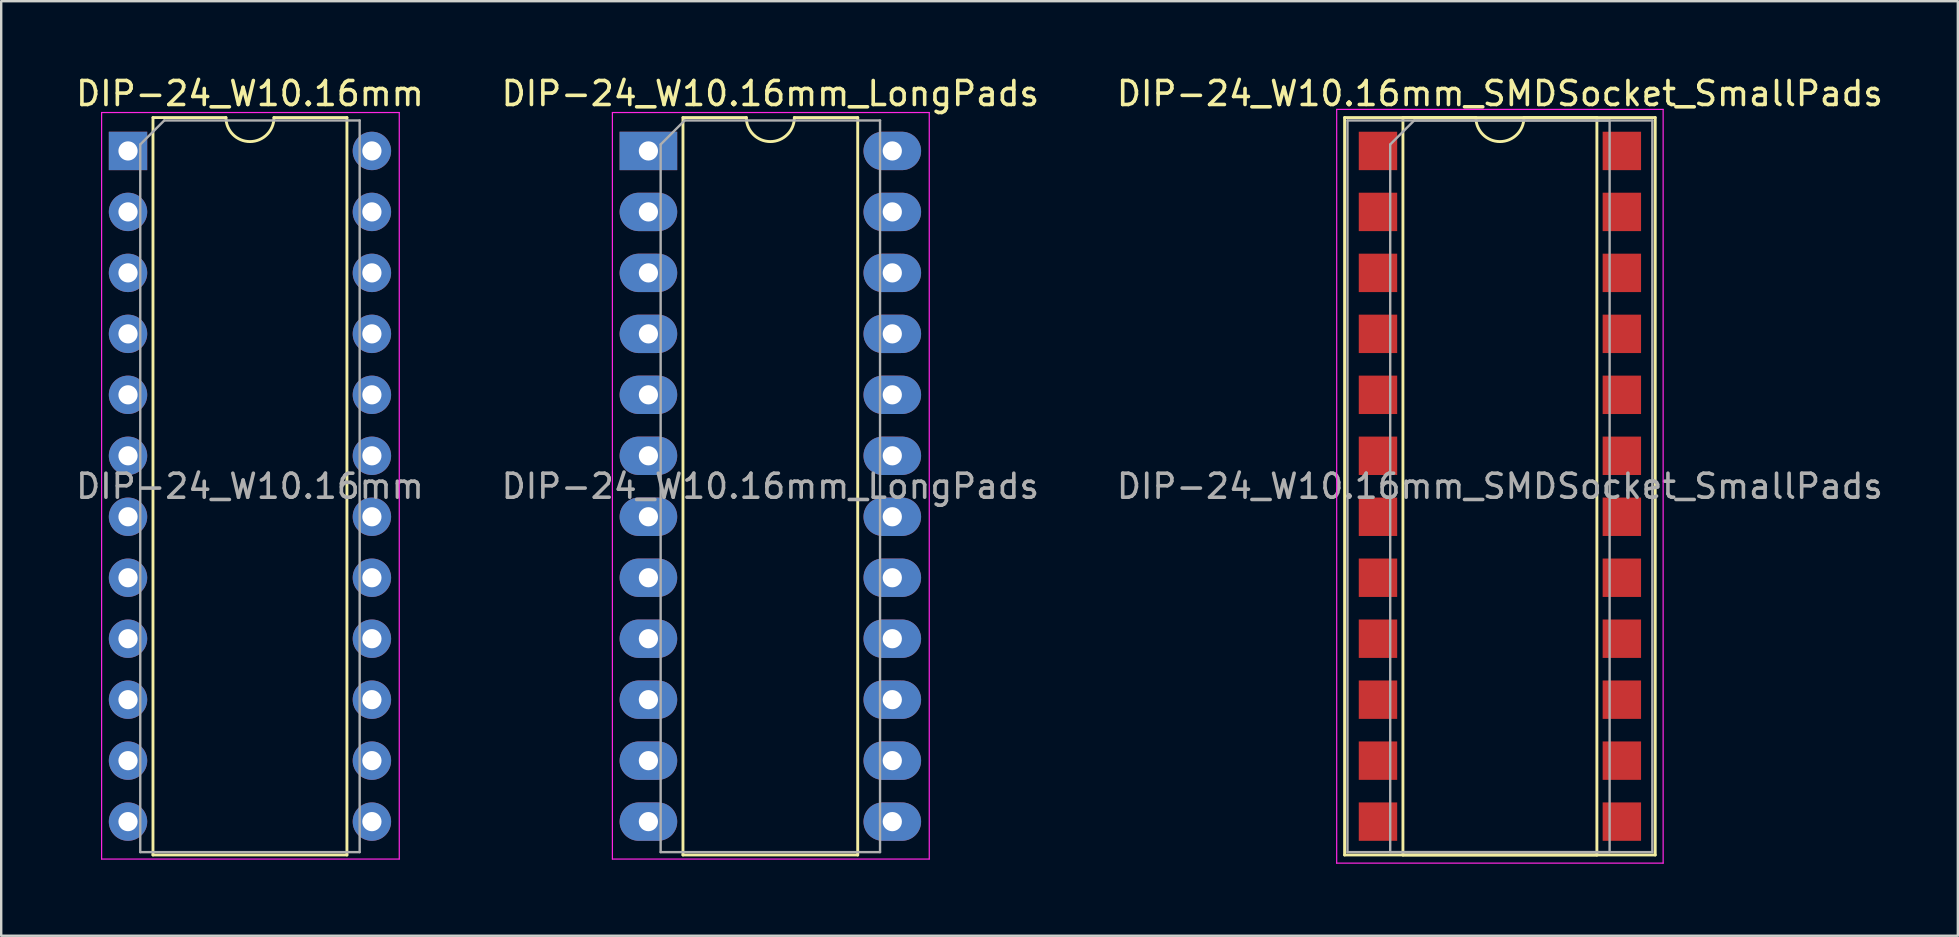
<source format=kicad_pcb>
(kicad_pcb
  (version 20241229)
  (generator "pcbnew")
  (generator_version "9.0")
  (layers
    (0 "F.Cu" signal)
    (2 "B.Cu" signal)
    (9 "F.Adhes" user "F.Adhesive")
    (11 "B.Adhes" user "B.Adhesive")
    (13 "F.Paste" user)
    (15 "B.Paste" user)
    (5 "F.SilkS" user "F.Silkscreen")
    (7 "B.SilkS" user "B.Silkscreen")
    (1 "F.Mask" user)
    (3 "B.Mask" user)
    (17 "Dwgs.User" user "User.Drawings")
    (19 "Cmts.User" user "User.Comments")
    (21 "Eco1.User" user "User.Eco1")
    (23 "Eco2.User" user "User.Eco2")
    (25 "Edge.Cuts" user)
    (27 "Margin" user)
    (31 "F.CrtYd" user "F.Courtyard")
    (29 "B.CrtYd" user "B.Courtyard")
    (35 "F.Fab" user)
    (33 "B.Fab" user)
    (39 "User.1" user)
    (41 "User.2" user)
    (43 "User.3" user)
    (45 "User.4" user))
  (footprint "DIP-24_W10.16mm_SMDSocket_SmallPads"
    (layer "F.Cu")
    (at 59.435 17.208)
    (property "Reference" "DIP-24_W10.16mm_SMDSocket_SmallPads" (at 0 -16.36 0) (layer "F.SilkS") (effects (font (size 1 1) (thickness 0.15))))
    (attr smd)
    (fp_line (start -6.47 -15.36) (end -6.47 15.36) (stroke (width 0.12) (type solid)) (layer "F.SilkS"))
    (fp_line (start -6.47 15.36) (end 6.47 15.36) (stroke (width 0.12) (type solid)) (layer "F.SilkS"))
    (fp_line (start -4.04 -15.36) (end -4.04 15.36) (stroke (width 0.12) (type solid)) (layer "F.SilkS"))
    (fp_line (start -4.04 15.36) (end 4.04 15.36) (stroke (width 0.12) (type solid)) (layer "F.SilkS"))
    (fp_line (start -1 -15.36) (end -4.04 -15.36) (stroke (width 0.12) (type solid)) (layer "F.SilkS"))
    (fp_line (start 4.04 -15.36) (end 1 -15.36) (stroke (width 0.12) (type solid)) (layer "F.SilkS"))
    (fp_line (start 4.04 15.36) (end 4.04 -15.36) (stroke (width 0.12) (type solid)) (layer "F.SilkS"))
    (fp_line (start 6.47 -15.36) (end -6.47 -15.36) (stroke (width 0.12) (type solid)) (layer "F.SilkS"))
    (fp_line (start 6.47 15.36) (end 6.47 -15.36) (stroke (width 0.12) (type solid)) (layer "F.SilkS"))
    (fp_arc (start 1 -15.36) (mid 0 -14.36) (end -1 -15.36) (stroke (width 0.12) (type solid)) (layer "F.SilkS"))
    (fp_line (start -6.8 -15.7) (end -6.8 15.7) (stroke (width 0.05) (type solid)) (layer "F.CrtYd"))
    (fp_line (start -6.8 15.7) (end 6.8 15.7) (stroke (width 0.05) (type solid)) (layer "F.CrtYd"))
    (fp_line (start 6.8 -15.7) (end -6.8 -15.7) (stroke (width 0.05) (type solid)) (layer "F.CrtYd"))
    (fp_line (start 6.8 15.7) (end 6.8 -15.7) (stroke (width 0.05) (type solid)) (layer "F.CrtYd"))
    (fp_line (start -6.35 -15.24) (end -6.35 15.24) (stroke (width 0.1) (type solid)) (layer "F.Fab"))
    (fp_line (start -6.35 15.24) (end 6.35 15.24) (stroke (width 0.1) (type solid)) (layer "F.Fab"))
    (fp_line (start -4.57 -14.24) (end -3.57 -15.24) (stroke (width 0.1) (type solid)) (layer "F.Fab"))
    (fp_line (start -4.57 15.24) (end -4.57 -14.24) (stroke (width 0.1) (type solid)) (layer "F.Fab"))
    (fp_line (start -3.57 -15.24) (end 4.57 -15.24) (stroke (width 0.1) (type solid)) (layer "F.Fab"))
    (fp_line (start 4.57 -15.24) (end 4.57 15.24) (stroke (width 0.1) (type solid)) (layer "F.Fab"))
    (fp_line (start 4.57 15.24) (end -4.57 15.24) (stroke (width 0.1) (type solid)) (layer "F.Fab"))
    (fp_line (start 6.35 -15.24) (end -6.35 -15.24) (stroke (width 0.1) (type solid)) (layer "F.Fab"))
    (fp_line (start 6.35 15.24) (end 6.35 -15.24) (stroke (width 0.1) (type solid)) (layer "F.Fab"))
    (fp_text user "${REFERENCE}" (at 0 0 0) (layer "F.Fab") (effects (font (size 1 1) (thickness 0.15))))
    (pad "1" smd rect (at -5.08 -13.97) (size 1.6 1.6) (layers "F.Cu" "F.Mask" "F.Paste"))
    (pad "2" smd rect (at -5.08 -11.43) (size 1.6 1.6) (layers "F.Cu" "F.Mask" "F.Paste"))
    (pad "3" smd rect (at -5.08 -8.89) (size 1.6 1.6) (layers "F.Cu" "F.Mask" "F.Paste"))
    (pad "4" smd rect (at -5.08 -6.35) (size 1.6 1.6) (layers "F.Cu" "F.Mask" "F.Paste"))
    (pad "5" smd rect (at -5.08 -3.81) (size 1.6 1.6) (layers "F.Cu" "F.Mask" "F.Paste"))
    (pad "6" smd rect (at -5.08 -1.27) (size 1.6 1.6) (layers "F.Cu" "F.Mask" "F.Paste"))
    (pad "7" smd rect (at -5.08 1.27) (size 1.6 1.6) (layers "F.Cu" "F.Mask" "F.Paste"))
    (pad "8" smd rect (at -5.08 3.81) (size 1.6 1.6) (layers "F.Cu" "F.Mask" "F.Paste"))
    (pad "9" smd rect (at -5.08 6.35) (size 1.6 1.6) (layers "F.Cu" "F.Mask" "F.Paste"))
    (pad "10" smd rect (at -5.08 8.89) (size 1.6 1.6) (layers "F.Cu" "F.Mask" "F.Paste"))
    (pad "11" smd rect (at -5.08 11.43) (size 1.6 1.6) (layers "F.Cu" "F.Mask" "F.Paste"))
    (pad "12" smd rect (at -5.08 13.97) (size 1.6 1.6) (layers "F.Cu" "F.Mask" "F.Paste"))
    (pad "13" smd rect (at 5.08 13.97) (size 1.6 1.6) (layers "F.Cu" "F.Mask" "F.Paste"))
    (pad "14" smd rect (at 5.08 11.43) (size 1.6 1.6) (layers "F.Cu" "F.Mask" "F.Paste"))
    (pad "15" smd rect (at 5.08 8.89) (size 1.6 1.6) (layers "F.Cu" "F.Mask" "F.Paste"))
    (pad "16" smd rect (at 5.08 6.35) (size 1.6 1.6) (layers "F.Cu" "F.Mask" "F.Paste"))
    (pad "17" smd rect (at 5.08 3.81) (size 1.6 1.6) (layers "F.Cu" "F.Mask" "F.Paste"))
    (pad "18" smd rect (at 5.08 1.27) (size 1.6 1.6) (layers "F.Cu" "F.Mask" "F.Paste"))
    (pad "19" smd rect (at 5.08 -1.27) (size 1.6 1.6) (layers "F.Cu" "F.Mask" "F.Paste"))
    (pad "20" smd rect (at 5.08 -3.81) (size 1.6 1.6) (layers "F.Cu" "F.Mask" "F.Paste"))
    (pad "21" smd rect (at 5.08 -6.35) (size 1.6 1.6) (layers "F.Cu" "F.Mask" "F.Paste"))
    (pad "22" smd rect (at 5.08 -8.89) (size 1.6 1.6) (layers "F.Cu" "F.Mask" "F.Paste"))
    (pad "23" smd rect (at 5.08 -11.43) (size 1.6 1.6) (layers "F.Cu" "F.Mask" "F.Paste"))
    (pad "24" smd rect (at 5.08 -13.97) (size 1.6 1.6) (layers "F.Cu" "F.Mask" "F.Paste")))
  (footprint "DIP-24_W10.16mm"
    (layer "F.Cu")
    (at 2.283 3.238)
    (property "Reference" "DIP-24_W10.16mm" (at 5.08 -2.39 0) (layer "F.SilkS") (effects (font (size 1 1) (thickness 0.15))))
    (attr through_hole)
    (fp_line (start 1.04 -1.39) (end 1.04 29.33) (stroke (width 0.12) (type solid)) (layer "F.SilkS"))
    (fp_line (start 1.04 29.33) (end 9.12 29.33) (stroke (width 0.12) (type solid)) (layer "F.SilkS"))
    (fp_line (start 4.08 -1.39) (end 1.04 -1.39) (stroke (width 0.12) (type solid)) (layer "F.SilkS"))
    (fp_line (start 9.12 -1.39) (end 6.08 -1.39) (stroke (width 0.12) (type solid)) (layer "F.SilkS"))
    (fp_line (start 9.12 29.33) (end 9.12 -1.39) (stroke (width 0.12) (type solid)) (layer "F.SilkS"))
    (fp_arc (start 6.08 -1.39) (mid 5.08 -0.39) (end 4.08 -1.39) (stroke (width 0.12) (type solid)) (layer "F.SilkS"))
    (fp_line (start -1.1 -1.6) (end -1.1 29.5) (stroke (width 0.05) (type solid)) (layer "F.CrtYd"))
    (fp_line (start -1.1 29.5) (end 11.3 29.5) (stroke (width 0.05) (type solid)) (layer "F.CrtYd"))
    (fp_line (start 11.3 -1.6) (end -1.1 -1.6) (stroke (width 0.05) (type solid)) (layer "F.CrtYd"))
    (fp_line (start 11.3 29.5) (end 11.3 -1.6) (stroke (width 0.05) (type solid)) (layer "F.CrtYd"))
    (fp_line (start 0.51 -0.27) (end 1.51 -1.27) (stroke (width 0.1) (type solid)) (layer "F.Fab"))
    (fp_line (start 0.51 29.21) (end 0.51 -0.27) (stroke (width 0.1) (type solid)) (layer "F.Fab"))
    (fp_line (start 1.51 -1.27) (end 9.65 -1.27) (stroke (width 0.1) (type solid)) (layer "F.Fab"))
    (fp_line (start 9.65 -1.27) (end 9.65 29.21) (stroke (width 0.1) (type solid)) (layer "F.Fab"))
    (fp_line (start 9.65 29.21) (end 0.51 29.21) (stroke (width 0.1) (type solid)) (layer "F.Fab"))
    (fp_text user "${REFERENCE}" (at 5.08 13.97 0) (layer "F.Fab") (effects (font (size 1 1) (thickness 0.15))))
    (pad "1" thru_hole rect (at 0 0) (size 1.6 1.6) (drill 0.8) (layers "*.Cu" "*.Mask"))
    (pad "2" thru_hole oval (at 0 2.54) (size 1.6 1.6) (drill 0.8) (layers "*.Cu" "*.Mask"))
    (pad "3" thru_hole oval (at 0 5.08) (size 1.6 1.6) (drill 0.8) (layers "*.Cu" "*.Mask"))
    (pad "4" thru_hole oval (at 0 7.62) (size 1.6 1.6) (drill 0.8) (layers "*.Cu" "*.Mask"))
    (pad "5" thru_hole oval (at 0 10.16) (size 1.6 1.6) (drill 0.8) (layers "*.Cu" "*.Mask"))
    (pad "6" thru_hole oval (at 0 12.7) (size 1.6 1.6) (drill 0.8) (layers "*.Cu" "*.Mask"))
    (pad "7" thru_hole oval (at 0 15.24) (size 1.6 1.6) (drill 0.8) (layers "*.Cu" "*.Mask"))
    (pad "8" thru_hole oval (at 0 17.78) (size 1.6 1.6) (drill 0.8) (layers "*.Cu" "*.Mask"))
    (pad "9" thru_hole oval (at 0 20.32) (size 1.6 1.6) (drill 0.8) (layers "*.Cu" "*.Mask"))
    (pad "10" thru_hole oval (at 0 22.86) (size 1.6 1.6) (drill 0.8) (layers "*.Cu" "*.Mask"))
    (pad "11" thru_hole oval (at 0 25.4) (size 1.6 1.6) (drill 0.8) (layers "*.Cu" "*.Mask"))
    (pad "12" thru_hole oval (at 0 27.94) (size 1.6 1.6) (drill 0.8) (layers "*.Cu" "*.Mask"))
    (pad "13" thru_hole oval (at 10.16 27.94) (size 1.6 1.6) (drill 0.8) (layers "*.Cu" "*.Mask"))
    (pad "14" thru_hole oval (at 10.16 25.4) (size 1.6 1.6) (drill 0.8) (layers "*.Cu" "*.Mask"))
    (pad "15" thru_hole oval (at 10.16 22.86) (size 1.6 1.6) (drill 0.8) (layers "*.Cu" "*.Mask"))
    (pad "16" thru_hole oval (at 10.16 20.32) (size 1.6 1.6) (drill 0.8) (layers "*.Cu" "*.Mask"))
    (pad "17" thru_hole oval (at 10.16 17.78) (size 1.6 1.6) (drill 0.8) (layers "*.Cu" "*.Mask"))
    (pad "18" thru_hole oval (at 10.16 15.24) (size 1.6 1.6) (drill 0.8) (layers "*.Cu" "*.Mask"))
    (pad "19" thru_hole oval (at 10.16 12.7) (size 1.6 1.6) (drill 0.8) (layers "*.Cu" "*.Mask"))
    (pad "20" thru_hole oval (at 10.16 10.16) (size 1.6 1.6) (drill 0.8) (layers "*.Cu" "*.Mask"))
    (pad "21" thru_hole oval (at 10.16 7.62) (size 1.6 1.6) (drill 0.8) (layers "*.Cu" "*.Mask"))
    (pad "22" thru_hole oval (at 10.16 5.08) (size 1.6 1.6) (drill 0.8) (layers "*.Cu" "*.Mask"))
    (pad "23" thru_hole oval (at 10.16 2.54) (size 1.6 1.6) (drill 0.8) (layers "*.Cu" "*.Mask"))
    (pad "24" thru_hole oval (at 10.16 0) (size 1.6 1.6) (drill 0.8) (layers "*.Cu" "*.Mask")))
  (footprint "DIP-24_W10.16mm_LongPads"
    (layer "F.Cu")
    (at 23.962 3.238)
    (property "Reference" "DIP-24_W10.16mm_LongPads" (at 5.08 -2.39 0) (layer "F.SilkS") (effects (font (size 1 1) (thickness 0.15))))
    (attr through_hole)
    (fp_line (start 1.44 -1.39) (end 1.44 29.33) (stroke (width 0.12) (type solid)) (layer "F.SilkS"))
    (fp_line (start 1.44 29.33) (end 8.72 29.33) (stroke (width 0.12) (type solid)) (layer "F.SilkS"))
    (fp_line (start 4.08 -1.39) (end 1.44 -1.39) (stroke (width 0.12) (type solid)) (layer "F.SilkS"))
    (fp_line (start 8.72 -1.39) (end 6.08 -1.39) (stroke (width 0.12) (type solid)) (layer "F.SilkS"))
    (fp_line (start 8.72 29.33) (end 8.72 -1.39) (stroke (width 0.12) (type solid)) (layer "F.SilkS"))
    (fp_arc (start 6.08 -1.39) (mid 5.08 -0.39) (end 4.08 -1.39) (stroke (width 0.12) (type solid)) (layer "F.SilkS"))
    (fp_line (start -1.5 -1.6) (end -1.5 29.5) (stroke (width 0.05) (type solid)) (layer "F.CrtYd"))
    (fp_line (start -1.5 29.5) (end 11.7 29.5) (stroke (width 0.05) (type solid)) (layer "F.CrtYd"))
    (fp_line (start 11.7 -1.6) (end -1.5 -1.6) (stroke (width 0.05) (type solid)) (layer "F.CrtYd"))
    (fp_line (start 11.7 29.5) (end 11.7 -1.6) (stroke (width 0.05) (type solid)) (layer "F.CrtYd"))
    (fp_line (start 0.51 -0.27) (end 1.51 -1.27) (stroke (width 0.1) (type solid)) (layer "F.Fab"))
    (fp_line (start 0.51 29.21) (end 0.51 -0.27) (stroke (width 0.1) (type solid)) (layer "F.Fab"))
    (fp_line (start 1.51 -1.27) (end 9.65 -1.27) (stroke (width 0.1) (type solid)) (layer "F.Fab"))
    (fp_line (start 9.65 -1.27) (end 9.65 29.21) (stroke (width 0.1) (type solid)) (layer "F.Fab"))
    (fp_line (start 9.65 29.21) (end 0.51 29.21) (stroke (width 0.1) (type solid)) (layer "F.Fab"))
    (fp_text user "${REFERENCE}" (at 5.08 13.97 0) (layer "F.Fab") (effects (font (size 1 1) (thickness 0.15))))
    (pad "1" thru_hole rect (at 0 0) (size 2.4 1.6) (drill 0.8) (layers "*.Cu" "*.Mask"))
    (pad "2" thru_hole oval (at 0 2.54) (size 2.4 1.6) (drill 0.8) (layers "*.Cu" "*.Mask"))
    (pad "3" thru_hole oval (at 0 5.08) (size 2.4 1.6) (drill 0.8) (layers "*.Cu" "*.Mask"))
    (pad "4" thru_hole oval (at 0 7.62) (size 2.4 1.6) (drill 0.8) (layers "*.Cu" "*.Mask"))
    (pad "5" thru_hole oval (at 0 10.16) (size 2.4 1.6) (drill 0.8) (layers "*.Cu" "*.Mask"))
    (pad "6" thru_hole oval (at 0 12.7) (size 2.4 1.6) (drill 0.8) (layers "*.Cu" "*.Mask"))
    (pad "7" thru_hole oval (at 0 15.24) (size 2.4 1.6) (drill 0.8) (layers "*.Cu" "*.Mask"))
    (pad "8" thru_hole oval (at 0 17.78) (size 2.4 1.6) (drill 0.8) (layers "*.Cu" "*.Mask"))
    (pad "9" thru_hole oval (at 0 20.32) (size 2.4 1.6) (drill 0.8) (layers "*.Cu" "*.Mask"))
    (pad "10" thru_hole oval (at 0 22.86) (size 2.4 1.6) (drill 0.8) (layers "*.Cu" "*.Mask"))
    (pad "11" thru_hole oval (at 0 25.4) (size 2.4 1.6) (drill 0.8) (layers "*.Cu" "*.Mask"))
    (pad "12" thru_hole oval (at 0 27.94) (size 2.4 1.6) (drill 0.8) (layers "*.Cu" "*.Mask"))
    (pad "13" thru_hole oval (at 10.16 27.94) (size 2.4 1.6) (drill 0.8) (layers "*.Cu" "*.Mask"))
    (pad "14" thru_hole oval (at 10.16 25.4) (size 2.4 1.6) (drill 0.8) (layers "*.Cu" "*.Mask"))
    (pad "15" thru_hole oval (at 10.16 22.86) (size 2.4 1.6) (drill 0.8) (layers "*.Cu" "*.Mask"))
    (pad "16" thru_hole oval (at 10.16 20.32) (size 2.4 1.6) (drill 0.8) (layers "*.Cu" "*.Mask"))
    (pad "17" thru_hole oval (at 10.16 17.78) (size 2.4 1.6) (drill 0.8) (layers "*.Cu" "*.Mask"))
    (pad "18" thru_hole oval (at 10.16 15.24) (size 2.4 1.6) (drill 0.8) (layers "*.Cu" "*.Mask"))
    (pad "19" thru_hole oval (at 10.16 12.7) (size 2.4 1.6) (drill 0.8) (layers "*.Cu" "*.Mask"))
    (pad "20" thru_hole oval (at 10.16 10.16) (size 2.4 1.6) (drill 0.8) (layers "*.Cu" "*.Mask"))
    (pad "21" thru_hole oval (at 10.16 7.62) (size 2.4 1.6) (drill 0.8) (layers "*.Cu" "*.Mask"))
    (pad "22" thru_hole oval (at 10.16 5.08) (size 2.4 1.6) (drill 0.8) (layers "*.Cu" "*.Mask"))
    (pad "23" thru_hole oval (at 10.16 2.54) (size 2.4 1.6) (drill 0.8) (layers "*.Cu" "*.Mask"))
    (pad "24" thru_hole oval (at 10.16 0) (size 2.4 1.6) (drill 0.8) (layers "*.Cu" "*.Mask")))
  (gr_rect
    (start -3 -3)
    (end 78.512 35.933)
    (stroke (width 0.1) (type default))
    (fill no)
    (layer "Edge.Cuts")))
</source>
